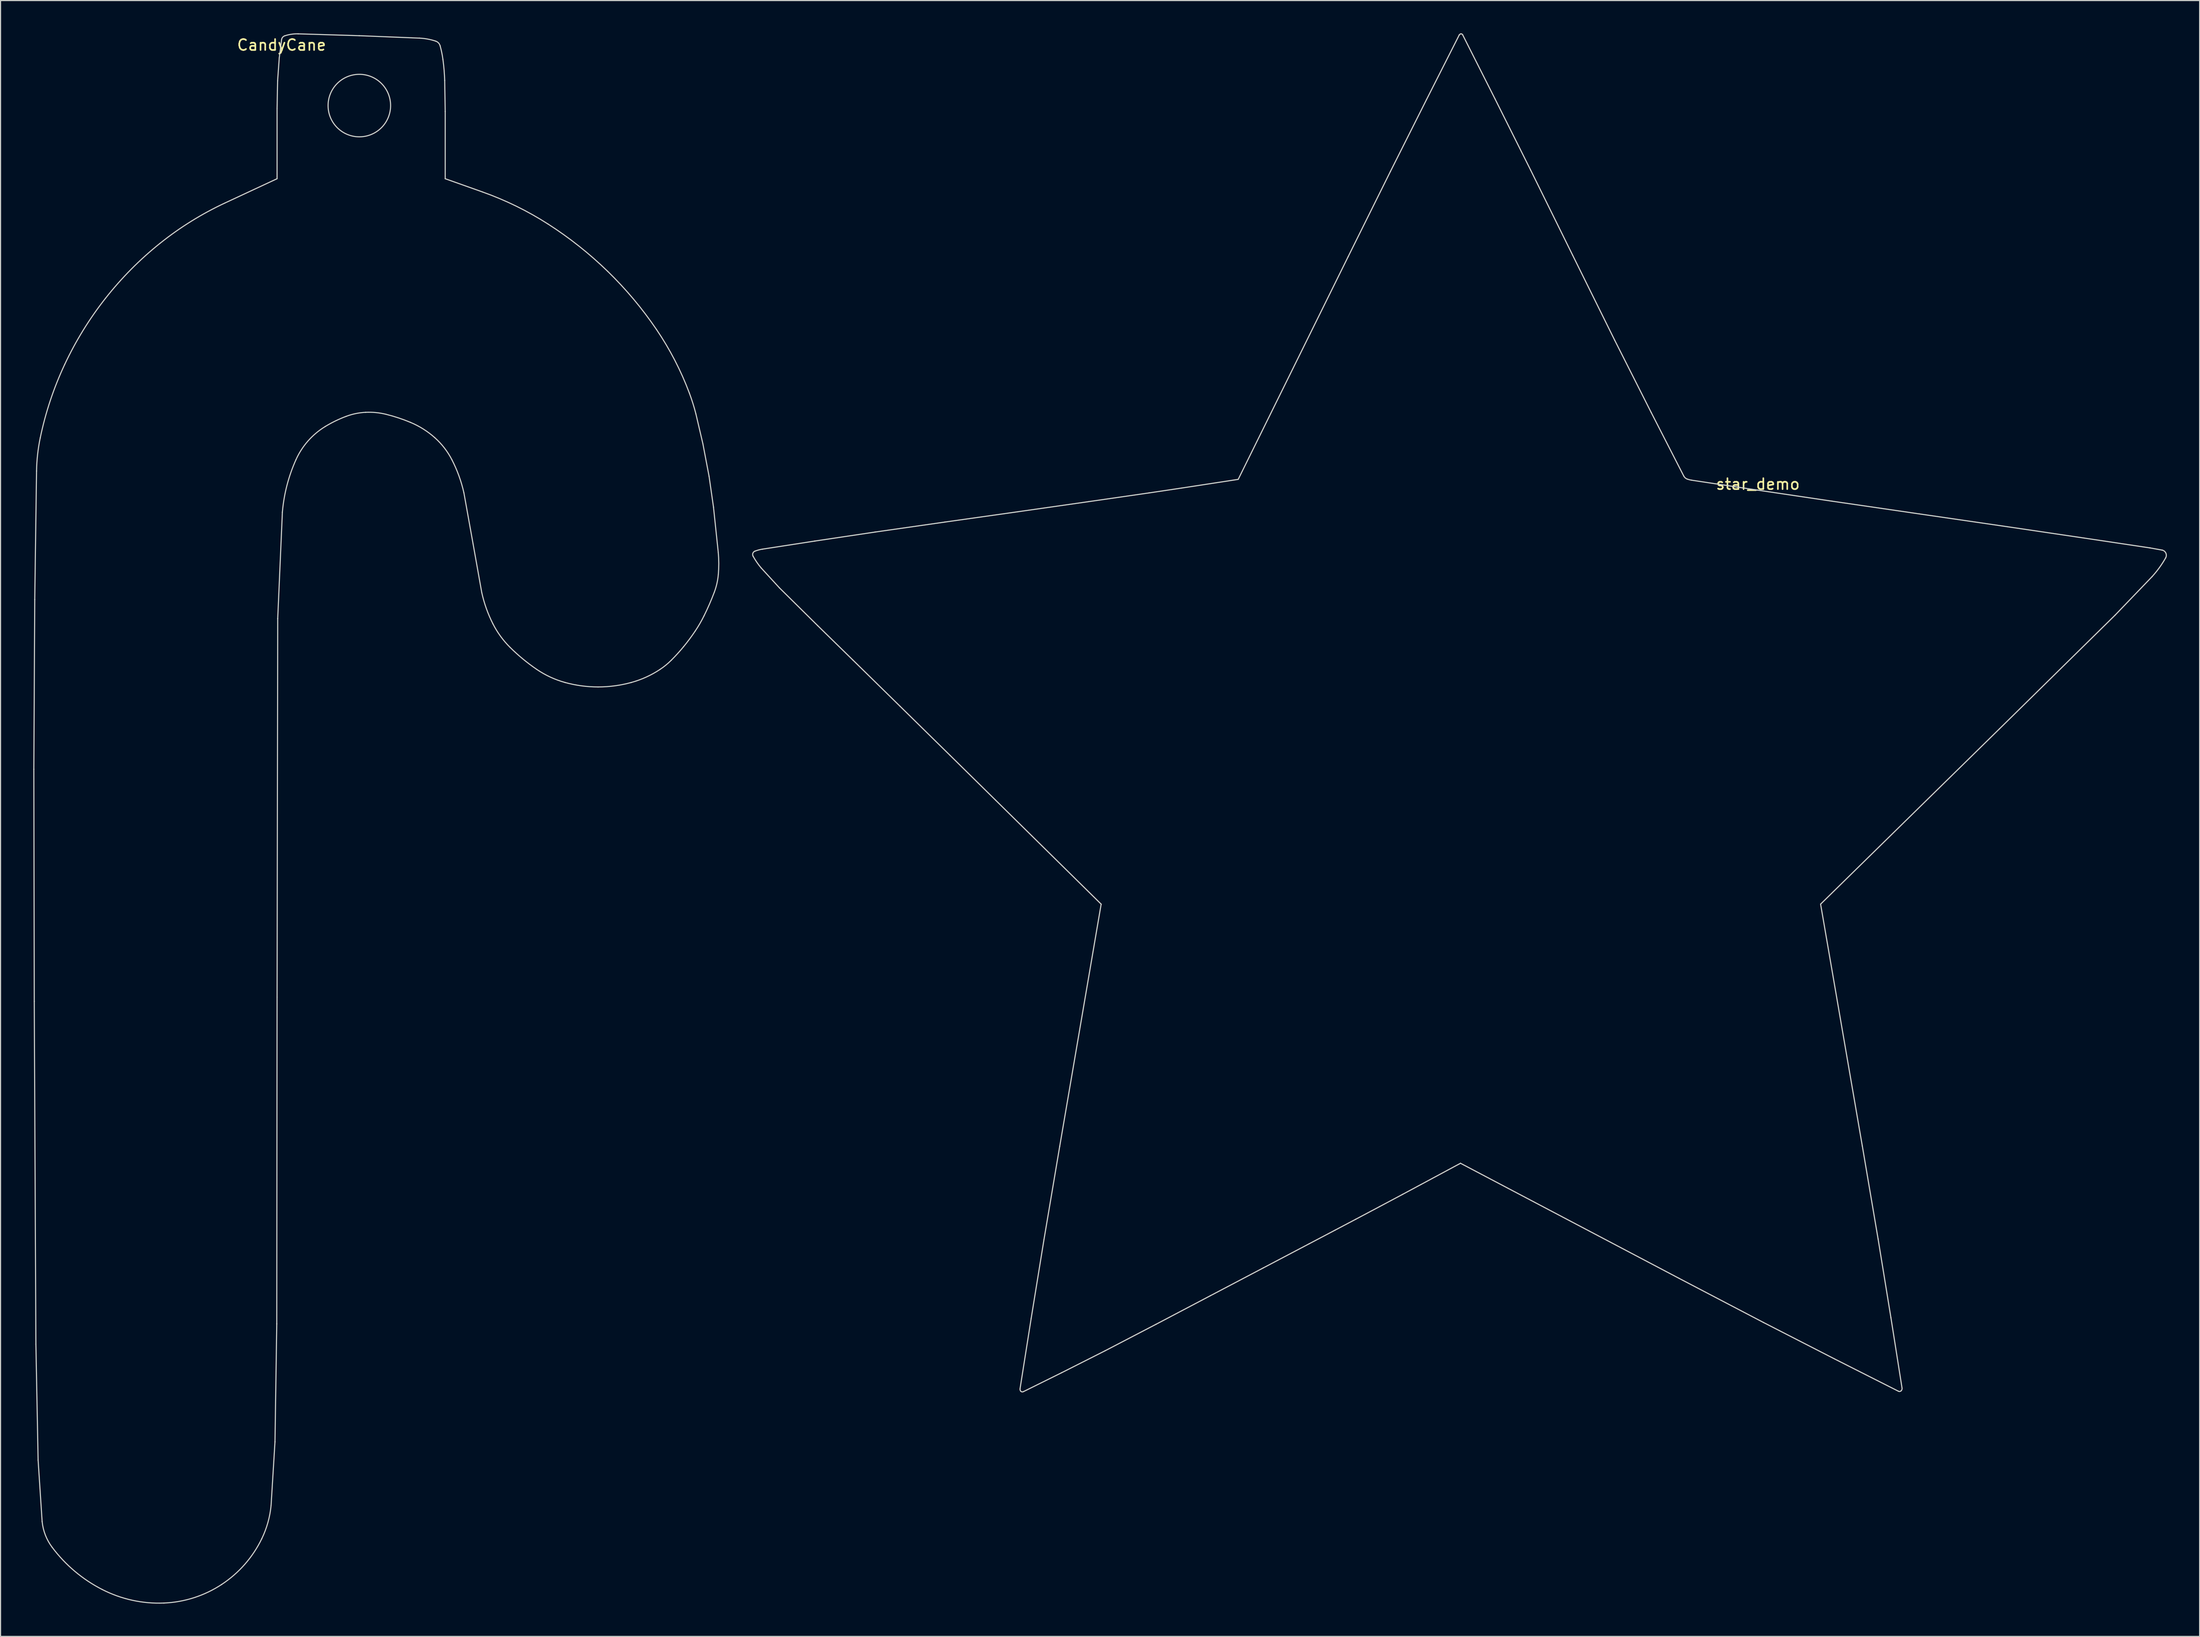
<source format=kicad_pcb>
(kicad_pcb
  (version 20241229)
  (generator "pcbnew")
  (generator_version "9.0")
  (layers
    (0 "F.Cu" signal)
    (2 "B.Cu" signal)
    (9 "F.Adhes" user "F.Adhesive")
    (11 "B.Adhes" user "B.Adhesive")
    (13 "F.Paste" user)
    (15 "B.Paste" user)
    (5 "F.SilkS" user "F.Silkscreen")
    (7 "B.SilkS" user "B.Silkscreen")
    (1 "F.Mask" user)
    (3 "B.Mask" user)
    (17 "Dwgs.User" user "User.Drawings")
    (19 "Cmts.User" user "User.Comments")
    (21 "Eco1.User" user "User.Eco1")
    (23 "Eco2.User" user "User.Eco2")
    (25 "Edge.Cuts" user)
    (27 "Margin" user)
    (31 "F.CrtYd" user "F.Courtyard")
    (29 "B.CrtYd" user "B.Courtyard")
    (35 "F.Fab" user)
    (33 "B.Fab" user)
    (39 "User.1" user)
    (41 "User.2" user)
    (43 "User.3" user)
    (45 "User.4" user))
  (footprint "star_demo"
    (layer "F.Cu")
    (at 157.953 41.799)
    (property "Reference" "star_demo" (at 0 -0.5 0) (unlocked yes) (layer "F.SilkS") (effects (font (size 1 1) (thickness 0.15))))
    (attr smd)
    (fp_line (start -91.289 7.176) (end -89.614 9.002) (stroke (width 0.1) (type solid)) (layer "Edge.Cuts"))
    (fp_line (start -89.614 9.002) (end -86.109 12.464) (stroke (width 0.1) (type solid)) (layer "Edge.Cuts"))
    (fp_line (start -86.38 4.715) (end -91.16 5.453) (stroke (width 0.1) (type solid)) (layer "Edge.Cuts"))
    (fp_line (start -86.109 12.464) (end -82.886 15.615) (stroke (width 0.1) (type solid)) (layer "Edge.Cuts"))
    (fp_line (start -82.886 15.615) (end -78.579 19.837) (stroke (width 0.1) (type solid)) (layer "Edge.Cuts"))
    (fp_line (start -80.852 3.889) (end -86.38 4.715) (stroke (width 0.1) (type solid)) (layer "Edge.Cuts"))
    (fp_line (start -78.579 19.837) (end -73.99 24.343) (stroke (width 0.1) (type solid)) (layer "Edge.Cuts"))
    (fp_line (start -74.464 2.975) (end -80.852 3.889) (stroke (width 0.1) (type solid)) (layer "Edge.Cuts"))
    (fp_line (start -73.99 24.343) (end -69.806 28.46) (stroke (width 0.1) (type solid)) (layer "Edge.Cuts"))
    (fp_line (start -69.806 28.46) (end -60.148 37.975) (stroke (width 0.1) (type solid)) (layer "Edge.Cuts"))
    (fp_line (start -67.766 2.028) (end -74.464 2.975) (stroke (width 0.1) (type solid)) (layer "Edge.Cuts"))
    (fp_line (start -67.285 82.639) (end -63.763 80.896) (stroke (width 0.1) (type solid)) (layer "Edge.Cuts"))
    (fp_line (start -66.556 75.913) (end -67.578 82.37) (stroke (width 0.1) (type solid)) (layer "Edge.Cuts"))
    (fp_line (start -65.384 68.695) (end -66.556 75.913) (stroke (width 0.1) (type solid)) (layer "Edge.Cuts"))
    (fp_line (start -63.945 60.168) (end -65.384 68.695) (stroke (width 0.1) (type solid)) (layer "Edge.Cuts"))
    (fp_line (start -63.763 80.896) (end -59.788 78.888) (stroke (width 0.1) (type solid)) (layer "Edge.Cuts"))
    (fp_line (start -61.288 1.102) (end -67.766 2.028) (stroke (width 0.1) (type solid)) (layer "Edge.Cuts"))
    (fp_line (start -60.148 37.975) (end -63.945 60.168) (stroke (width 0.1) (type solid)) (layer "Edge.Cuts"))
    (fp_line (start -59.788 78.888) (end -55.112 76.456) (stroke (width 0.1) (type solid)) (layer "Edge.Cuts"))
    (fp_line (start -55.756 0.303) (end -61.288 1.102) (stroke (width 0.1) (type solid)) (layer "Edge.Cuts"))
    (fp_line (start -55.112 76.456) (end -50.15 73.847) (stroke (width 0.1) (type solid)) (layer "Edge.Cuts"))
    (fp_line (start -52.78 -0.141) (end -55.756 0.303) (stroke (width 0.1) (type solid)) (layer "Edge.Cuts"))
    (fp_line (start -50.15 73.847) (end -45.284 71.289) (stroke (width 0.1) (type solid)) (layer "Edge.Cuts"))
    (fp_line (start -47.596 -0.937) (end -52.78 -0.141) (stroke (width 0.1) (type solid)) (layer "Edge.Cuts"))
    (fp_line (start -45.284 71.289) (end -41.094 69.085) (stroke (width 0.1) (type solid)) (layer "Edge.Cuts"))
    (fp_line (start -41.094 69.085) (end -38.714 67.833) (stroke (width 0.1) (type solid)) (layer "Edge.Cuts"))
    (fp_line (start -38.714 67.833) (end -36.823 66.836) (stroke (width 0.1) (type solid)) (layer "Edge.Cuts"))
    (fp_line (start -37.53 -21.329) (end -47.596 -0.937) (stroke (width 0.1) (type solid)) (layer "Edge.Cuts"))
    (fp_line (start -36.823 66.836) (end -34.65 65.684) (stroke (width 0.1) (type solid)) (layer "Edge.Cuts"))
    (fp_line (start -34.65 65.684) (end -32.538 64.559) (stroke (width 0.1) (type solid)) (layer "Edge.Cuts"))
    (fp_line (start -33.651 -29.15) (end -37.53 -21.329) (stroke (width 0.1) (type solid)) (layer "Edge.Cuts"))
    (fp_line (start -32.538 64.559) (end -30.85 63.654) (stroke (width 0.1) (type solid)) (layer "Edge.Cuts"))
    (fp_line (start -30.85 63.654) (end -27.236 61.711) (stroke (width 0.1) (type solid)) (layer "Edge.Cuts"))
    (fp_line (start -30.342 -35.739) (end -33.651 -29.15) (stroke (width 0.1) (type solid)) (layer "Edge.Cuts"))
    (fp_line (start -27.354 -41.64) (end -30.342 -35.739) (stroke (width 0.1) (type solid)) (layer "Edge.Cuts"))
    (fp_line (start -27.236 61.711) (end -7.191 72.267) (stroke (width 0.1) (type solid)) (layer "Edge.Cuts"))
    (fp_line (start -24.08 -35.802) (end -27.039 -41.662) (stroke (width 0.1) (type solid)) (layer "Edge.Cuts"))
    (fp_line (start -20.804 -29.253) (end -24.08 -35.802) (stroke (width 0.1) (type solid)) (layer "Edge.Cuts"))
    (fp_line (start -16.963 -21.468) (end -20.804 -29.253) (stroke (width 0.1) (type solid)) (layer "Edge.Cuts"))
    (fp_line (start -13.105 -13.669) (end -16.963 -21.468) (stroke (width 0.1) (type solid)) (layer "Edge.Cuts"))
    (fp_line (start -9.773 -7.07) (end -13.105 -13.669) (stroke (width 0.1) (type solid)) (layer "Edge.Cuts"))
    (fp_line (start -7.191 72.267) (end 0.514 76.296) (stroke (width 0.1) (type solid)) (layer "Edge.Cuts"))
    (fp_line (start -6.786 -1.24) (end -9.773 -7.07) (stroke (width 0.1) (type solid)) (layer "Edge.Cuts"))
    (fp_line (start -0.02 0.05) (end -6.058 -0.859) (stroke (width 0.1) (type solid)) (layer "Edge.Cuts"))
    (fp_line (start 0.514 76.296) (end 7.044 79.645) (stroke (width 0.1) (type solid)) (layer "Edge.Cuts"))
    (fp_line (start 5.746 37.975) (end 22.13 21.914) (stroke (width 0.1) (type solid)) (layer "Edge.Cuts"))
    (fp_line (start 6.795 1.062) (end -0.02 0.05) (stroke (width 0.1) (type solid)) (layer "Edge.Cuts"))
    (fp_line (start 7.044 79.645) (end 12.878 82.596) (stroke (width 0.1) (type solid)) (layer "Edge.Cuts"))
    (fp_line (start 9.567 60.132) (end 5.746 37.975) (stroke (width 0.1) (type solid)) (layer "Edge.Cuts"))
    (fp_line (start 11.012 68.647) (end 9.567 60.132) (stroke (width 0.1) (type solid)) (layer "Edge.Cuts"))
    (fp_line (start 12.187 75.86) (end 11.012 68.647) (stroke (width 0.1) (type solid)) (layer "Edge.Cuts"))
    (fp_line (start 13.204 82.3) (end 12.187 75.86) (stroke (width 0.1) (type solid)) (layer "Edge.Cuts"))
    (fp_line (start 14.786 2.227) (end 6.795 1.062) (stroke (width 0.1) (type solid)) (layer "Edge.Cuts"))
    (fp_line (start 22.13 21.914) (end 32.73 11.49) (stroke (width 0.1) (type solid)) (layer "Edge.Cuts"))
    (fp_line (start 22.846 3.4) (end 14.786 2.227) (stroke (width 0.1) (type solid)) (layer "Edge.Cuts"))
    (fp_line (start 29.878 4.439) (end 22.846 3.4) (stroke (width 0.1) (type solid)) (layer "Edge.Cuts"))
    (fp_line (start 32.73 11.49) (end 36.105 7.975) (stroke (width 0.1) (type solid)) (layer "Edge.Cuts"))
    (fp_line (start 35.913 5.342) (end 29.878 4.439) (stroke (width 0.1) (type solid)) (layer "Edge.Cuts"))
    (fp_line (start 37.025 5.542) (end 35.913 5.342) (stroke (width 0.1) (type solid)) (layer "Edge.Cuts"))
    (fp_arc (start -92.028244 6.103232) (mid -92.049515 5.832843) (end -91.859331 5.639443) (stroke (width 0.1) (type solid)) (layer "Edge.Cuts"))
    (fp_arc (start -91.859331 5.639443) (mid -91.514451 5.527808) (end -91.159713 5.453207) (stroke (width 0.1) (type solid)) (layer "Edge.Cuts"))
    (fp_arc (start -91.289424 7.175731) (mid -91.684835 6.657393) (end -92.028244 6.103232) (stroke (width 0.1) (type solid)) (layer "Edge.Cuts"))
    (fp_arc (start -67.501955 82.602732) (mid -67.567772 82.495402) (end -67.577681 82.369898) (stroke (width 0.1) (type solid)) (layer "Edge.Cuts"))
    (fp_arc (start -67.284803 82.638571) (mid -67.399146 82.655555) (end -67.501955 82.602732) (stroke (width 0.1) (type solid)) (layer "Edge.Cuts"))
    (fp_arc (start -27.353934 -41.640225) (mid -27.288965 -41.71444) (end -27.196357 -41.748376) (stroke (width 0.1) (type solid)) (layer "Edge.Cuts"))
    (fp_arc (start -27.196357 -41.748376) (mid -27.104269 -41.729696) (end -27.038909 -41.662173) (stroke (width 0.1) (type solid)) (layer "Edge.Cuts"))
    (fp_arc (start -6.480296 -0.968165) (mid -6.658813 -1.075659) (end -6.786405 -1.240406) (stroke (width 0.1) (type solid)) (layer "Edge.Cuts"))
    (fp_arc (start -6.05837 -0.85888) (mid -6.27217 -0.902568) (end -6.480296 -0.968165) (stroke (width 0.1) (type solid)) (layer "Edge.Cuts"))
    (fp_arc (start 13.120545 82.557131) (mid 13.005366 82.615951) (end 12.877584 82.59603) (stroke (width 0.1) (type solid)) (layer "Edge.Cuts"))
    (fp_arc (start 13.204297 82.299714) (mid 13.193277 82.438456) (end 13.120545 82.557131) (stroke (width 0.1) (type solid)) (layer "Edge.Cuts"))
    (fp_arc (start 37.024637 5.541537) (mid 37.36822 5.817392) (end 37.348387 6.257578) (stroke (width 0.1) (type solid)) (layer "Edge.Cuts"))
    (fp_arc (start 37.348387 6.257578) (mid 36.774871 7.151095) (end 36.105331 7.975116) (stroke (width 0.1) (type solid)) (layer "Edge.Cuts")))
  (footprint "CandyCane"
    (layer "F.Cu")
    (at 22.741 0.573)
    (property "Reference" "CandyCane" (at 0 0.5 0) (layer "F.SilkS") (effects (font (size 1 1) (thickness 0.15))))
    (attr through_hole)
    (fp_line (start -22.692 66.847) (end -22.653 88.106) (stroke (width 0.098) (type solid)) (layer "Edge.Cuts"))
    (fp_line (start -22.653 88.106) (end -22.503 119.508) (stroke (width 0.098) (type solid)) (layer "Edge.Cuts"))
    (fp_line (start -22.608 51.295) (end -22.692 66.847) (stroke (width 0.098) (type solid)) (layer "Edge.Cuts"))
    (fp_line (start -22.503 119.508) (end -22.3 130.134) (stroke (width 0.098) (type solid)) (layer "Edge.Cuts"))
    (fp_line (start -22.444 39.526) (end -22.608 51.295) (stroke (width 0.098) (type solid)) (layer "Edge.Cuts"))
    (fp_line (start -22.3 130.134) (end -21.932 135.756) (stroke (width 0.098) (type solid)) (layer "Edge.Cuts"))
    (fp_line (start -0.963 134.283) (end -0.605 128.455) (stroke (width 0.098) (type solid)) (layer "Edge.Cuts"))
    (fp_line (start -0.605 128.455) (end -0.442 117.648) (stroke (width 0.098) (type solid)) (layer "Edge.Cuts"))
    (fp_line (start -0.442 117.648) (end -0.414 87.722) (stroke (width 0.098) (type solid)) (layer "Edge.Cuts"))
    (fp_line (start -0.414 87.722) (end -0.355 53.044) (stroke (width 0.098) (type solid)) (layer "Edge.Cuts"))
    (fp_line (start -0.414 6.321) (end -0.414 12.748) (stroke (width 0.098) (type solid)) (layer "Edge.Cuts"))
    (fp_line (start -0.414 12.748) (end -5.168 14.963) (stroke (width 0.098) (type solid)) (layer "Edge.Cuts"))
    (fp_line (start -0.365 3.782) (end -0.414 6.321) (stroke (width 0.098) (type solid)) (layer "Edge.Cuts"))
    (fp_line (start -0.355 53.044) (end 0.072 43.301) (stroke (width 0.098) (type solid)) (layer "Edge.Cuts"))
    (fp_line (start -0.213 1.67) (end -0.365 3.782) (stroke (width 0.098) (type solid)) (layer "Edge.Cuts"))
    (fp_line (start 0 0) (end -0.213 1.67) (stroke (width 0.098) (type solid)) (layer "Edge.Cuts"))
    (fp_line (start 7.114 -0.353) (end 1.517 -0.523) (stroke (width 0.098) (type solid)) (layer "Edge.Cuts"))
    (fp_line (start 12.628 -0.13) (end 7.114 -0.353) (stroke (width 0.098) (type solid)) (layer "Edge.Cuts"))
    (fp_line (start 14.986 6.591) (end 14.939 3.745) (stroke (width 0.098) (type solid)) (layer "Edge.Cuts"))
    (fp_line (start 14.986 12.749) (end 14.986 6.591) (stroke (width 0.098) (type solid)) (layer "Edge.Cuts"))
    (fp_line (start 16.698 41.523) (end 17.539 46.203) (stroke (width 0.098) (type solid)) (layer "Edge.Cuts"))
    (fp_line (start 17.539 46.203) (end 18.334 50.663) (stroke (width 0.098) (type solid)) (layer "Edge.Cuts"))
    (fp_line (start 18.408 13.964) (end 14.986 12.749) (stroke (width 0.098) (type solid)) (layer "Edge.Cuts"))
    (fp_line (start 38.586 37.028) (end 37.95 34.305) (stroke (width 0.098) (type solid)) (layer "Edge.Cuts"))
    (fp_line (start 39.154 40.015) (end 38.586 37.028) (stroke (width 0.098) (type solid)) (layer "Edge.Cuts"))
    (fp_line (start 39.558 42.834) (end 39.154 40.015) (stroke (width 0.098) (type solid)) (layer "Edge.Cuts"))
    (fp_line (start 39.995 46.985) (end 39.558 42.834) (stroke (width 0.098) (type solid)) (layer "Edge.Cuts"))
    (fp_arc (start -22.443968 39.525517) (mid -22.34588 37.998246) (end -22.105321 36.486852) (stroke (width 0.097999) (type solid)) (layer "Edge.Cuts"))
    (fp_arc (start -22.105321 36.486852) (mid -21.183452 33.063408) (end -19.869238 29.77059) (stroke (width 0.097999) (type solid)) (layer "Edge.Cuts"))
    (fp_arc (start -21.020482 138.108163) (mid -21.636949 136.994481) (end -21.931894 135.756206) (stroke (width 0.097999) (type solid)) (layer "Edge.Cuts"))
    (fp_arc (start -19.869238 29.77059) (mid -18.172559 26.629427) (end -16.128688 23.702275) (stroke (width 0.097999) (type solid)) (layer "Edge.Cuts"))
    (fp_arc (start -16.422337 141.986308) (mid -18.944133 140.31131) (end -21.020482 138.108164) (stroke (width 0.097999) (type solid)) (layer "Edge.Cuts"))
    (fp_arc (start -16.128688 23.702275) (mid -13.771834 21.037001) (end -11.125358 18.659059) (stroke (width 0.097999) (type solid)) (layer "Edge.Cuts"))
    (fp_arc (start -11.125358 18.659059) (mid -8.25724 16.63315) (end -5.168356 14.963058) (stroke (width 0.097999) (type solid)) (layer "Edge.Cuts"))
    (fp_arc (start -10.778486 143.222677) (mid -13.680062 142.968087) (end -16.422337 141.986308) (stroke (width 0.097999) (type solid)) (layer "Edge.Cuts"))
    (fp_arc (start -5.48752 141.519162) (mid -8.016937 142.731409) (end -10.778486 143.222677) (stroke (width 0.097999) (type solid)) (layer "Edge.Cuts"))
    (fp_arc (start -1.813798 137.327509) (mid -3.367268 139.67171) (end -5.48752 141.519162) (stroke (width 0.097999) (type solid)) (layer "Edge.Cuts"))
    (fp_arc (start -0.96267 134.283336) (mid -1.252249 135.843443) (end -1.813797 137.327509) (stroke (width 0.097999) (type solid)) (layer "Edge.Cuts"))
    (fp_arc (start 0.000001 0) (mid 0.094815 -0.209848) (end 0.285267 -0.339287) (stroke (width 0.097999) (type solid)) (layer "Edge.Cuts"))
    (fp_arc (start 0.071759 43.301285) (mid 0.490495 40.841347) (end 1.316823 38.486817) (stroke (width 0.097999) (type solid)) (layer "Edge.Cuts"))
    (fp_arc (start 0.285267 -0.339287) (mid 0.893264 -0.484958) (end 1.517301 -0.523145) (stroke (width 0.097999) (type solid)) (layer "Edge.Cuts"))
    (fp_arc (start 1.316823 38.486818) (mid 2.425987 36.765093) (end 3.99525 35.449041) (stroke (width 0.097999) (type solid)) (layer "Edge.Cuts"))
    (fp_arc (start 3.99525 35.449041) (mid 4.935443 34.935425) (end 5.920167 34.513428) (stroke (width 0.097999) (type solid)) (layer "Edge.Cuts"))
    (fp_arc (start 5.920167 34.513428) (mid 6.794577 34.261854) (end 7.697266 34.147686) (stroke (width 0.097999) (type solid)) (layer "Edge.Cuts"))
    (fp_arc (start 7.697267 34.147686) (mid 8.641341 34.170628) (end 9.572053 34.330552) (stroke (width 0.097999) (type solid)) (layer "Edge.Cuts"))
    (fp_arc (start 9.572052 34.330552) (mid 10.702275 34.657109) (end 11.804302 35.068911) (stroke (width 0.097999) (type solid)) (layer "Edge.Cuts"))
    (fp_arc (start 11.804302 35.068912) (mid 12.978921 35.678899) (end 14.036291 36.475003) (stroke (width 0.097999) (type solid)) (layer "Edge.Cuts"))
    (fp_arc (start 12.627755 -0.130032) (mid 13.378898 -0.043845) (end 14.111266 0.143988) (stroke (width 0.097999) (type solid)) (layer "Edge.Cuts"))
    (fp_arc (start 14.036291 36.475003) (mid 14.910169 37.411923) (end 15.598644 38.492424) (stroke (width 0.097999) (type solid)) (layer "Edge.Cuts"))
    (fp_arc (start 14.111266 0.143988) (mid 14.36917 0.307336) (end 14.519787 0.572876) (stroke (width 0.097999) (type solid)) (layer "Edge.Cuts"))
    (fp_arc (start 14.519787 0.572876) (mid 14.670333 1.196559) (end 14.778172 1.829026) (stroke (width 0.097999) (type solid)) (layer "Edge.Cuts"))
    (fp_arc (start 14.778171 1.829027) (mid 14.883165 2.784794) (end 14.939336 3.744669) (stroke (width 0.097999) (type solid)) (layer "Edge.Cuts"))
    (fp_arc (start 15.598644 38.492424) (mid 16.245137 39.972744) (end 16.697666 41.523395) (stroke (width 0.097999) (type solid)) (layer "Edge.Cuts"))
    (fp_arc (start 18.407956 13.96405) (mid 21.493575 15.262965) (end 24.410852 16.905437) (stroke (width 0.097999) (type solid)) (layer "Edge.Cuts"))
    (fp_arc (start 19.357494 53.525226) (mid 18.755276 52.126668) (end 18.334378 50.66329) (stroke (width 0.097999) (type solid)) (layer "Edge.Cuts"))
    (fp_arc (start 20.91797 55.670271) (mid 20.052256 54.65993) (end 19.357494 53.525226) (stroke (width 0.097999) (type solid)) (layer "Edge.Cuts"))
    (fp_arc (start 23.379147 57.702379) (mid 22.101475 56.74335) (end 20.91797 55.670271) (stroke (width 0.097999) (type solid)) (layer "Edge.Cuts"))
    (fp_arc (start 24.410852 16.905437) (mid 27.252816 18.935726) (end 29.876174 21.24155) (stroke (width 0.097999) (type solid)) (layer "Edge.Cuts"))
    (fp_arc (start 25.961982 58.896011) (mid 24.621312 58.405771) (end 23.379147 57.702379) (stroke (width 0.097999) (type solid)) (layer "Edge.Cuts"))
    (fp_arc (start 28.986171 59.303903) (mid 27.460376 59.201538) (end 25.961982 58.896011) (stroke (width 0.097999) (type solid)) (layer "Edge.Cuts"))
    (fp_arc (start 29.876174 21.241551) (mid 32.238697 23.784268) (end 34.331819 26.552979) (stroke (width 0.097999) (type solid)) (layer "Edge.Cuts"))
    (fp_arc (start 32.026812 58.895477) (mid 30.520136 59.201272) (end 28.986171 59.303903) (stroke (width 0.097999) (type solid)) (layer "Edge.Cuts"))
    (fp_arc (start 34.331819 26.552979) (mid 36.01301 29.376859) (end 37.346124 32.380775) (stroke (width 0.097999) (type solid)) (layer "Edge.Cuts"))
    (fp_arc (start 34.657747 57.701368) (mid 33.38988 58.403298) (end 32.026812 58.895478) (stroke (width 0.097999) (type solid)) (layer "Edge.Cuts"))
    (fp_arc (start 35.687852 56.860319) (mid 35.193742 57.306494) (end 34.657747 57.701368) (stroke (width 0.097999) (type solid)) (layer "Edge.Cuts"))
    (fp_arc (start 36.82286 55.610201) (mid 36.270799 56.249281) (end 35.687852 56.860319) (stroke (width 0.097999) (type solid)) (layer "Edge.Cuts"))
    (fp_arc (start 37.346124 32.380775) (mid 37.67396 33.334564) (end 37.949929 34.304632) (stroke (width 0.097999) (type solid)) (layer "Edge.Cuts"))
    (fp_arc (start 37.881711 54.185959) (mid 37.36955 54.910915) (end 36.82286 55.610201) (stroke (width 0.097999) (type solid)) (layer "Edge.Cuts"))
    (fp_arc (start 38.688298 52.795627) (mid 38.30765 53.503931) (end 37.881711 54.18596) (stroke (width 0.097999) (type solid)) (layer "Edge.Cuts"))
    (fp_arc (start 39.630198 50.63062) (mid 39.186425 51.724947) (end 38.688298 52.795627) (stroke (width 0.097999) (type solid)) (layer "Edge.Cuts"))
    (fp_arc (start 39.99491 46.985494) (mid 40.042779 47.994806) (end 40.000073 49.004349) (stroke (width 0.097999) (type solid)) (layer "Edge.Cuts"))
    (fp_arc (start 40.000073 49.004349) (mid 39.870727 49.830128) (end 39.630198 50.63062) (stroke (width 0.097999) (type solid)) (layer "Edge.Cuts"))
    (fp_circle (center 7.121 6.048) (end 9.984 6.048) (stroke (width 0.098) (type solid)) (fill no) (layer "Edge.Cuts")))
  (gr_rect
    (start -3 -3)
    (end 198.414 146.854)
    (stroke (width 0.1) (type default))
    (fill no)
    (layer "Edge.Cuts")))
</source>
